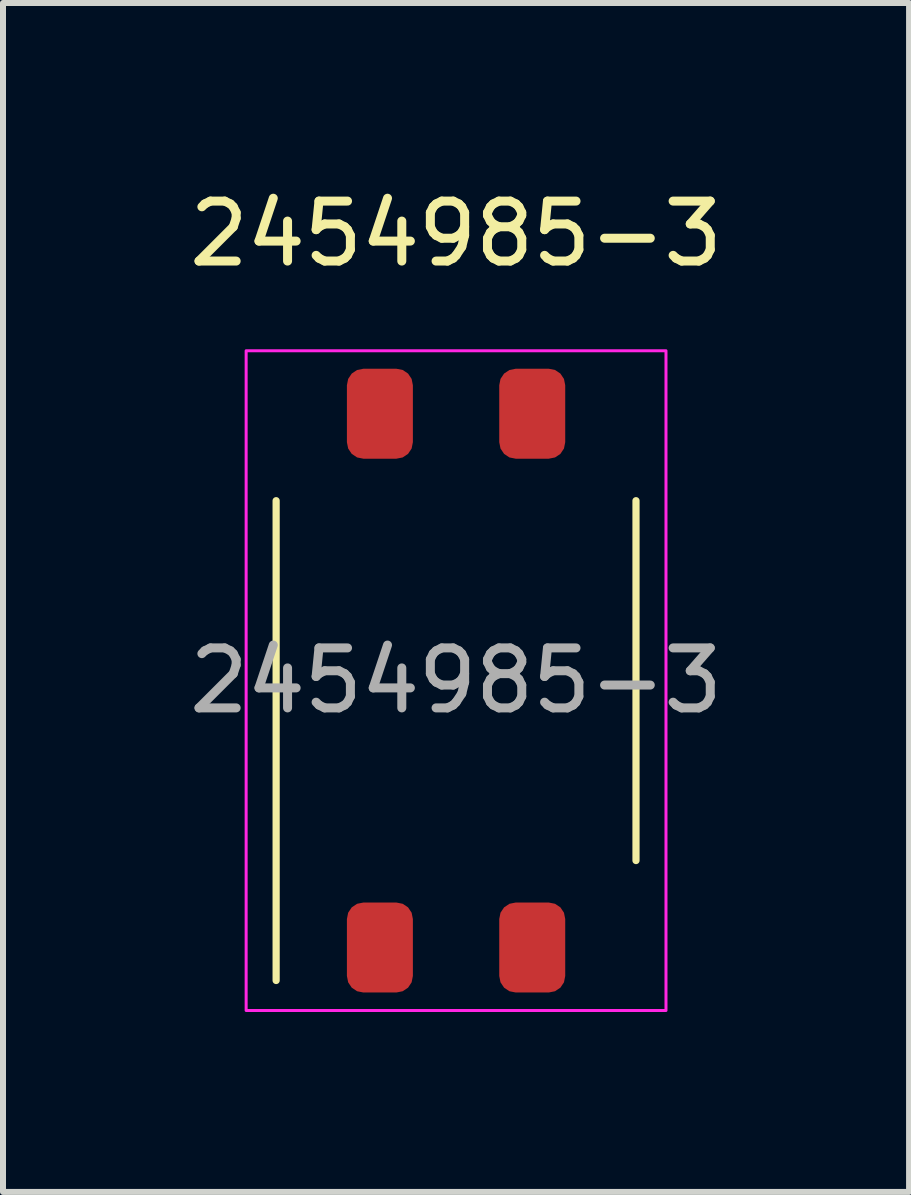
<source format=kicad_pcb>
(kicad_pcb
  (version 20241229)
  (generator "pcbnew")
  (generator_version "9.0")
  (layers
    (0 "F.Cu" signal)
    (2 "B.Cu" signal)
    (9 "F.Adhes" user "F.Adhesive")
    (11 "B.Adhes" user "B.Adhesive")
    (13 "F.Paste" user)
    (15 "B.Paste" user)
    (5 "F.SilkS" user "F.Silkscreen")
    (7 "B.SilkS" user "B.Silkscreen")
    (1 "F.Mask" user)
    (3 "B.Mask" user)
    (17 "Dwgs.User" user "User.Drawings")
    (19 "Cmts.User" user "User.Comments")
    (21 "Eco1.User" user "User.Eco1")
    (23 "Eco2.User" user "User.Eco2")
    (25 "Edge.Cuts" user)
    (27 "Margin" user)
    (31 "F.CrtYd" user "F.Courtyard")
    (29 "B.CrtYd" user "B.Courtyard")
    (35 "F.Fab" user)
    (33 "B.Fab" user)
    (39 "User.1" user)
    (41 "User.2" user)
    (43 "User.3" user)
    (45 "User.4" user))
  (footprint "2454985-3"
    (layer "F.Cu")
    (at 4.554 8.298)
    (property "Reference" "2454985-3" (at 0 -7.45 0) (unlocked yes) (layer "F.SilkS") (effects (font (size 1 1) (thickness 0.15))))
    (attr smd)
    (fp_line (start -3 -3) (end -3 5) (stroke (width 0.12) (type default)) (layer "F.SilkS"))
    (fp_line (start 3 -3) (end 3 3) (stroke (width 0.12) (type default)) (layer "F.SilkS"))
    (fp_rect (start -3.5 -5.5) (end 3.5 5.5) (stroke (width 0.05) (type default)) (fill no) (layer "F.CrtYd"))
    (fp_text user "${REFERENCE}" (at 0 0 0) (unlocked yes) (layer "F.Fab") (effects (font (size 1 1) (thickness 0.15))))
    (pad "1" smd roundrect (at -1.27 4.45) (size 1.1 1.5) (layers "F.Cu" "F.Mask" "F.Paste") (roundrect_rratio 0.25))
    (pad "2" smd roundrect (at 1.27 4.45) (size 1.1 1.5) (layers "F.Cu" "F.Mask" "F.Paste") (roundrect_rratio 0.25))
    (pad "3" smd roundrect (at 1.27 -4.45) (size 1.1 1.5) (layers "F.Cu" "F.Mask" "F.Paste") (roundrect_rratio 0.25))
    (pad "4" smd roundrect (at -1.27 -4.45) (size 1.1 1.5) (layers "F.Cu" "F.Mask" "F.Paste") (roundrect_rratio 0.25)))
  (gr_rect
    (start -3 -3)
    (end 12.107 16.823)
    (stroke (width 0.1) (type default))
    (fill no)
    (layer "Edge.Cuts")))
</source>
